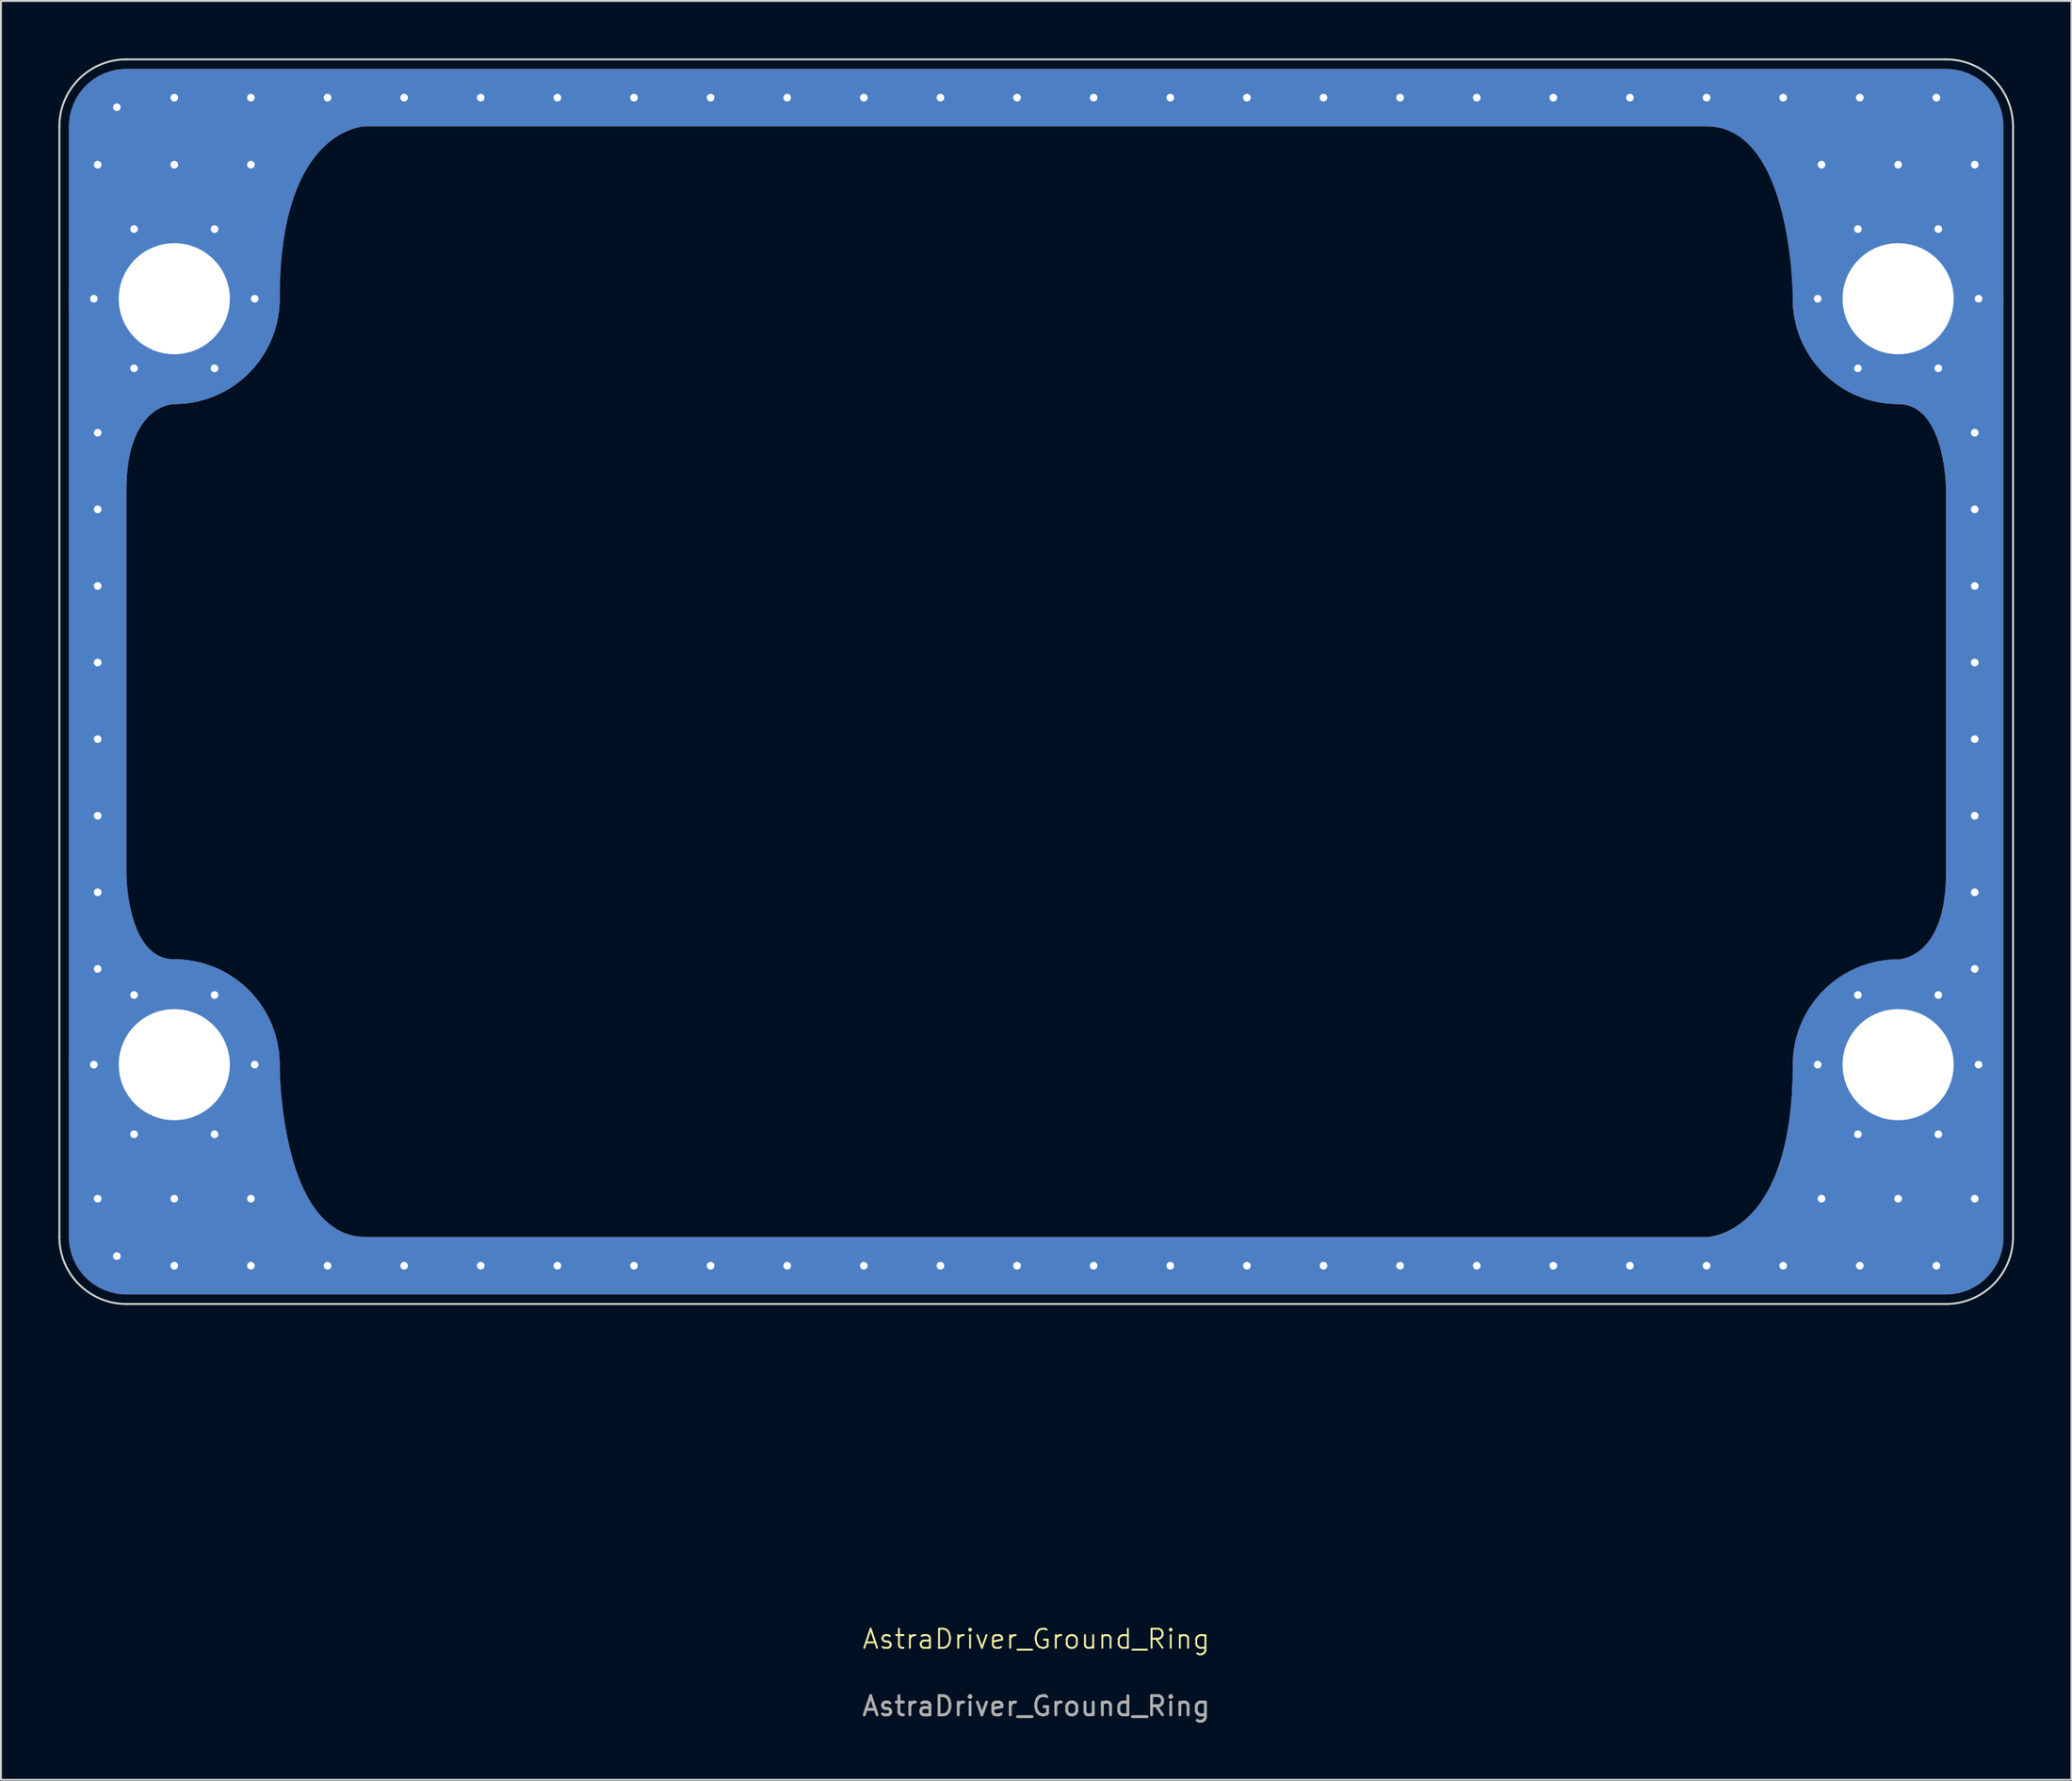
<source format=kicad_pcb>
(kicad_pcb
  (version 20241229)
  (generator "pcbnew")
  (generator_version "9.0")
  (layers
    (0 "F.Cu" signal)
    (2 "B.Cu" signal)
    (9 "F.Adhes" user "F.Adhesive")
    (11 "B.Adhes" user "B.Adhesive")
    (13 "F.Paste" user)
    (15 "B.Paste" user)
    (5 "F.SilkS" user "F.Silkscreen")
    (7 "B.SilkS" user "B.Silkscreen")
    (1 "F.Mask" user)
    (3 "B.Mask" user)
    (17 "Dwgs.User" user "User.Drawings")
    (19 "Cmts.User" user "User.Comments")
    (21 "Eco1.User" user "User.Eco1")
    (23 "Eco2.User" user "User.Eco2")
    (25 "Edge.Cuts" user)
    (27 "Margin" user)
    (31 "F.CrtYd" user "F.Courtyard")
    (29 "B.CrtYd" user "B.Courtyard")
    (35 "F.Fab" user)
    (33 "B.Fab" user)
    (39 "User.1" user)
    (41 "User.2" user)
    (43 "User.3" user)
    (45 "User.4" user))
  (footprint "AstraDriver_Ground_Ring"
    (layer "F.Cu")
    (at 51.05 32.55)
    (property "Reference" "AstraDriver_Ground_Ring" (at 0 50 0) (unlocked yes) (layer "F.SilkS") (effects (font (size 1 1) (thickness 0.1))))
    (attr through_hole)
    (fp_line (start -51 -29) (end -51 29) (stroke (width 0.1) (type default)) (layer "Edge.Cuts"))
    (fp_line (start -47.5 32.5) (end 47.5 32.5) (stroke (width 0.1) (type default)) (layer "Edge.Cuts"))
    (fp_line (start 47.5 -32.5) (end -47.5 -32.5) (stroke (width 0.1) (type default)) (layer "Edge.Cuts"))
    (fp_line (start 51 29) (end 51 -29) (stroke (width 0.1) (type default)) (layer "Edge.Cuts"))
    (fp_arc (start -51 -29.000001) (mid -49.974873 -31.474875) (end -47.500002 -32.5) (stroke (width 0.1) (type default)) (layer "Edge.Cuts"))
    (fp_arc (start -47.499999 32.5) (mid -49.97487 31.474877) (end -51 29) (stroke (width 0.1) (type default)) (layer "Edge.Cuts"))
    (fp_arc (start 47.5 -32.5) (mid 49.974874 -31.474874) (end 51 -29) (stroke (width 0.1) (type default)) (layer "Edge.Cuts"))
    (fp_arc (start 51 29) (mid 49.974875 31.474873) (end 47.5 32.5) (stroke (width 0.1) (type default)) (layer "Edge.Cuts"))
    (fp_line (start -50.5 -29) (end -50.5 29) (stroke (width 0.1) (type default)) (layer "User.2"))
    (fp_line (start -47.5 10) (end -47.5 -10) (stroke (width 0.1) (type default)) (layer "User.2"))
    (fp_line (start -47.5 32) (end 0 32) (stroke (width 0.1) (type default)) (layer "User.2"))
    (fp_line (start -35 -29) (end 0 -29) (stroke (width 0.1) (type default)) (layer "User.2"))
    (fp_line (start -0.000001 -32) (end -0.000001 -29) (stroke (width 0.1) (type default)) (layer "User.2"))
    (fp_line (start -0.000001 -32) (end -0.000001 -29) (stroke (width 0.1) (type default)) (layer "User.2"))
    (fp_line (start 0 -32) (end -47.5 -32) (stroke (width 0.1) (type default)) (layer "User.2"))
    (fp_line (start 0 -29) (end 35 -29) (stroke (width 0.1) (type default)) (layer "User.2"))
    (fp_line (start 0 29) (end -35 29) (stroke (width 0.1) (type default)) (layer "User.2"))
    (fp_line (start 0.000001 29) (end 0.000001 32) (stroke (width 0.1) (type default)) (layer "User.2"))
    (fp_line (start 0.000001 29) (end 0.000001 32) (stroke (width 0.1) (type default)) (layer "User.2"))
    (fp_line (start 0.000001 32) (end 47.5 32) (stroke (width 0.1) (type default)) (layer "User.2"))
    (fp_line (start 35 29) (end 0 29) (stroke (width 0.1) (type default)) (layer "User.2"))
    (fp_line (start 47.5 -32) (end -0.000001 -32) (stroke (width 0.1) (type default)) (layer "User.2"))
    (fp_line (start 47.5 -10) (end 47.5 10) (stroke (width 0.1) (type default)) (layer "User.2"))
    (fp_line (start 50.5 29) (end 50.5 -29) (stroke (width 0.1) (type default)) (layer "User.2"))
    (fp_arc (start -50.5 -29.000001) (mid -49.62132 -31.121321) (end -47.499999 -32) (stroke (width 0.1) (type default)) (layer "User.2"))
    (fp_arc (start -47.499999 32) (mid -49.621321 31.121319) (end -50.5 28.999999) (stroke (width 0.1) (type default)) (layer "User.2"))
    (fp_arc (start -45 14.5) (mid -41.110913 16.110913) (end -39.5 20) (stroke (width 0.1) (type default)) (layer "User.2"))
    (fp_arc (start -39.5 -20) (mid -41.110913 -16.110913) (end -45 -14.5) (stroke (width 0.1) (type default)) (layer "User.2"))
    (fp_arc (start 39.5 20) (mid 41.110913 16.110913) (end 45 14.5) (stroke (width 0.1) (type default)) (layer "User.2"))
    (fp_arc (start 45 -14.5) (mid 41.110913 -16.110913) (end 39.5 -20) (stroke (width 0.1) (type default)) (layer "User.2"))
    (fp_arc (start 47.5 -32) (mid 49.62132 -31.12132) (end 50.5 -29) (stroke (width 0.1) (type default)) (layer "User.2"))
    (fp_arc (start 50.5 29) (mid 49.62132 31.12132) (end 47.5 32) (stroke (width 0.1) (type default)) (layer "User.2"))
    (fp_circle (center -49.2 -20) (end -48.7 -20) (stroke (width 0.1) (type default)) (fill no) (layer "User.2"))
    (fp_circle (center -49.2 20) (end -48.7 20) (stroke (width 0.1) (type default)) (fill no) (layer "User.2"))
    (fp_circle (center -47.1 -23.637) (end -46.6 -23.637) (stroke (width 0.1) (type default)) (fill no) (layer "User.2"))
    (fp_circle (center -47.1 -16.363) (end -46.6 -16.363) (stroke (width 0.1) (type default)) (fill no) (layer "User.2"))
    (fp_circle (center -47.1 16.363) (end -46.6 16.363) (stroke (width 0.1) (type default)) (fill no) (layer "User.2"))
    (fp_circle (center -47.1 23.637) (end -46.6 23.637) (stroke (width 0.1) (type default)) (fill no) (layer "User.2"))
    (fp_circle (center -45 -20) (end -42.1 -20) (stroke (width 0.1) (type default)) (fill no) (layer "User.2"))
    (fp_circle (center -45 20) (end -42.1 20) (stroke (width 0.1) (type default)) (fill no) (layer "User.2"))
    (fp_circle (center -42.9 -23.637) (end -42.4 -23.637) (stroke (width 0.1) (type default)) (fill no) (layer "User.2"))
    (fp_circle (center -42.9 -16.363) (end -42.4 -16.363) (stroke (width 0.1) (type default)) (fill no) (layer "User.2"))
    (fp_circle (center -42.9 16.363) (end -42.4 16.363) (stroke (width 0.1) (type default)) (fill no) (layer "User.2"))
    (fp_circle (center -42.9 23.637) (end -42.4 23.637) (stroke (width 0.1) (type default)) (fill no) (layer "User.2"))
    (fp_circle (center -40.8 -20) (end -40.3 -20) (stroke (width 0.1) (type default)) (fill no) (layer "User.2"))
    (fp_circle (center -40.8 20) (end -40.3 20) (stroke (width 0.1) (type default)) (fill no) (layer "User.2"))
    (fp_circle (center 40.8 -20) (end 41.3 -20) (stroke (width 0.1) (type default)) (fill no) (layer "User.2"))
    (fp_circle (center 40.8 20) (end 41.3 20) (stroke (width 0.1) (type default)) (fill no) (layer "User.2"))
    (fp_circle (center 42.9 -23.637) (end 43.4 -23.637) (stroke (width 0.1) (type default)) (fill no) (layer "User.2"))
    (fp_circle (center 42.9 -16.363) (end 43.4 -16.363) (stroke (width 0.1) (type default)) (fill no) (layer "User.2"))
    (fp_circle (center 42.9 16.363) (end 43.4 16.363) (stroke (width 0.1) (type default)) (fill no) (layer "User.2"))
    (fp_circle (center 42.9 23.637) (end 43.4 23.637) (stroke (width 0.1) (type default)) (fill no) (layer "User.2"))
    (fp_circle (center 45 -20) (end 47.9 -20) (stroke (width 0.1) (type default)) (fill no) (layer "User.2"))
    (fp_circle (center 45 20) (end 47.9 20) (stroke (width 0.1) (type default)) (fill no) (layer "User.2"))
    (fp_circle (center 47.1 -23.637) (end 47.6 -23.637) (stroke (width 0.1) (type default)) (fill no) (layer "User.2"))
    (fp_circle (center 47.1 -16.363) (end 47.6 -16.363) (stroke (width 0.1) (type default)) (fill no) (layer "User.2"))
    (fp_circle (center 47.1 16.363) (end 47.6 16.363) (stroke (width 0.1) (type default)) (fill no) (layer "User.2"))
    (fp_circle (center 47.1 23.637) (end 47.6 23.637) (stroke (width 0.1) (type default)) (fill no) (layer "User.2"))
    (fp_circle (center 49.2 -20) (end 49.7 -20) (stroke (width 0.1) (type default)) (fill no) (layer "User.2"))
    (fp_circle (center 49.2 20) (end 49.7 20) (stroke (width 0.1) (type default)) (fill no) (layer "User.2"))
    (fp_curve (pts (xy -47.5 -10) (xy -47.5 -14.5) (xy -45 -14.5) (xy -45 -14.5)) (stroke (width 0.1) (type default)) (layer "User.2"))
    (fp_curve (pts (xy -45 14.5) (xy -47.5 14.5) (xy -47.5 10) (xy -47.5 10)) (stroke (width 0.1) (type default)) (layer "User.2"))
    (fp_curve (pts (xy -39.5 -20) (xy -39.5 -29) (xy -35 -29) (xy -35 -29)) (stroke (width 0.1) (type default)) (layer "User.2"))
    (fp_curve (pts (xy -35 29) (xy -39.5 29) (xy -39.5 20) (xy -39.5 20)) (stroke (width 0.1) (type default)) (layer "User.2"))
    (fp_curve (pts (xy 35 -29) (xy 39.5 -29) (xy 39.5 -20) (xy 39.5 -20)) (stroke (width 0.1) (type default)) (layer "User.2"))
    (fp_curve (pts (xy 39.5 20) (xy 39.5 29) (xy 35 29) (xy 35 29)) (stroke (width 0.1) (type default)) (layer "User.2"))
    (fp_curve (pts (xy 45 -14.5) (xy 47.5 -14.5) (xy 47.5 -10) (xy 47.5 -10)) (stroke (width 0.1) (type default)) (layer "User.2"))
    (fp_curve (pts (xy 47.5 10) (xy 47.5 14.5) (xy 45 14.5) (xy 45 14.5)) (stroke (width 0.1) (type default)) (layer "User.2"))
    (fp_text user "${REFERENCE}" (at 0 53.5 0) (unlocked yes) (layer "F.Fab") (effects (font (size 1 1) (thickness 0.15))))
    (pad "1" thru_hole circle (at -49.2 -20) (size 0.8 0.8) (drill 0.4) (layers "*.Cu" "*.Mask"))
    (pad "1" thru_hole circle (at -49.2 20) (size 0.8 0.8) (drill 0.4) (layers "*.Cu" "*.Mask"))
    (pad "1" thru_hole circle (at -49 -27) (size 0.8 0.8) (drill 0.4) (layers "*.Cu" "*.Mask"))
    (pad "1" thru_hole circle (at -49 -13) (size 0.8 0.8) (drill 0.4) (layers "*.Cu" "*.Mask"))
    (pad "1" thru_hole circle (at -49 -9) (size 0.8 0.8) (drill 0.4) (layers "*.Cu" "*.Mask"))
    (pad "1" thru_hole circle (at -49 -5) (size 0.8 0.8) (drill 0.4) (layers "*.Cu" "*.Mask"))
    (pad "1" thru_hole circle (at -49 -1) (size 0.8 0.8) (drill 0.4) (layers "*.Cu" "*.Mask"))
    (pad "1" thru_hole circle (at -49 3) (size 0.8 0.8) (drill 0.4) (layers "*.Cu" "*.Mask"))
    (pad "1" thru_hole circle (at -49 7) (size 0.8 0.8) (drill 0.4) (layers "*.Cu" "*.Mask"))
    (pad "1" thru_hole circle (at -49 11) (size 0.8 0.8) (drill 0.4) (layers "*.Cu" "*.Mask"))
    (pad "1" thru_hole circle (at -49 15) (size 0.8 0.8) (drill 0.4) (layers "*.Cu" "*.Mask"))
    (pad "1" thru_hole circle (at -49 27) (size 0.8 0.8) (drill 0.4) (layers "*.Cu" "*.Mask"))
    (pad "1" thru_hole circle (at -48 -30) (size 0.8 0.8) (drill 0.4) (layers "*.Cu" "*.Mask"))
    (pad "1" thru_hole circle (at -48 30) (size 0.8 0.8) (drill 0.4) (layers "*.Cu" "*.Mask"))
    (pad "1" thru_hole circle (at -47.1 -23.637) (size 0.8 0.8) (drill 0.4) (layers "*.Cu" "*.Mask"))
    (pad "1" thru_hole circle (at -47.1 -16.363) (size 0.8 0.8) (drill 0.4) (layers "*.Cu" "*.Mask"))
    (pad "1" thru_hole circle (at -47.1 16.363) (size 0.8 0.8) (drill 0.4) (layers "*.Cu" "*.Mask"))
    (pad "1" thru_hole circle (at -47.1 23.637) (size 0.8 0.8) (drill 0.4) (layers "*.Cu" "*.Mask"))
    (pad "1" thru_hole circle (at -45 -30.5) (size 0.8 0.8) (drill 0.4) (layers "*.Cu" "*.Mask"))
    (pad "1" thru_hole circle (at -45 -27) (size 0.8 0.8) (drill 0.4) (layers "*.Cu" "*.Mask"))
    (pad "1" thru_hole circle (at -45 -20) (size 11 11) (drill 5.8) (layers "*.Cu" "*.Mask"))
    (pad "1" thru_hole circle (at -45 20) (size 11 11) (drill 5.8) (layers "*.Cu" "*.Mask"))
    (pad "1" thru_hole circle (at -45 27) (size 0.8 0.8) (drill 0.4) (layers "*.Cu" "*.Mask"))
    (pad "1" thru_hole circle (at -45 30.5) (size 0.8 0.8) (drill 0.4) (layers "*.Cu" "*.Mask"))
    (pad "1" thru_hole circle (at -42.9 -23.637) (size 0.8 0.8) (drill 0.4) (layers "*.Cu" "*.Mask"))
    (pad "1" thru_hole circle (at -42.9 -16.363) (size 0.8 0.8) (drill 0.4) (layers "*.Cu" "*.Mask"))
    (pad "1" thru_hole circle (at -42.9 16.363) (size 0.8 0.8) (drill 0.4) (layers "*.Cu" "*.Mask"))
    (pad "1" thru_hole circle (at -42.9 23.637) (size 0.8 0.8) (drill 0.4) (layers "*.Cu" "*.Mask"))
    (pad "1" thru_hole circle (at -41 -30.5) (size 0.8 0.8) (drill 0.4) (layers "*.Cu" "*.Mask"))
    (pad "1" thru_hole circle (at -41 -27) (size 0.8 0.8) (drill 0.4) (layers "*.Cu" "*.Mask"))
    (pad "1" thru_hole circle (at -41 27) (size 0.8 0.8) (drill 0.4) (layers "*.Cu" "*.Mask"))
    (pad "1" thru_hole circle (at -41 30.5) (size 0.8 0.8) (drill 0.4) (layers "*.Cu" "*.Mask"))
    (pad "1" thru_hole circle (at -40.8 -20) (size 0.8 0.8) (drill 0.4) (layers "*.Cu" "*.Mask"))
    (pad "1" thru_hole circle (at -40.8 20) (size 0.8 0.8) (drill 0.4) (layers "*.Cu" "*.Mask"))
    (pad "1" thru_hole circle (at -37 -30.5) (size 0.8 0.8) (drill 0.4) (layers "*.Cu" "*.Mask"))
    (pad "1" thru_hole circle (at -37 30.5) (size 0.8 0.8) (drill 0.4) (layers "*.Cu" "*.Mask"))
    (pad "1" thru_hole circle (at -33 -30.5) (size 0.8 0.8) (drill 0.4) (layers "*.Cu" "*.Mask"))
    (pad "1" thru_hole circle (at -33 30.5) (size 0.8 0.8) (drill 0.4) (layers "*.Cu" "*.Mask"))
    (pad "1" thru_hole circle (at -29 -30.5) (size 0.8 0.8) (drill 0.4) (layers "*.Cu" "*.Mask"))
    (pad "1" thru_hole circle (at -29 30.5) (size 0.8 0.8) (drill 0.4) (layers "*.Cu" "*.Mask"))
    (pad "1" thru_hole circle (at -25 -30.5) (size 0.8 0.8) (drill 0.4) (layers "*.Cu" "*.Mask"))
    (pad "1" thru_hole circle (at -25 30.5) (size 0.8 0.8) (drill 0.4) (layers "*.Cu" "*.Mask"))
    (pad "1" thru_hole circle (at -21 -30.5) (size 0.8 0.8) (drill 0.4) (layers "*.Cu" "*.Mask"))
    (pad "1" thru_hole circle (at -21 30.5) (size 0.8 0.8) (drill 0.4) (layers "*.Cu" "*.Mask"))
    (pad "1" thru_hole circle (at -17 -30.5) (size 0.8 0.8) (drill 0.4) (layers "*.Cu" "*.Mask"))
    (pad "1" thru_hole circle (at -17 30.5) (size 0.8 0.8) (drill 0.4) (layers "*.Cu" "*.Mask"))
    (pad "1" thru_hole circle (at -13 -30.5) (size 0.8 0.8) (drill 0.4) (layers "*.Cu" "*.Mask"))
    (pad "1" thru_hole circle (at -13 30.5) (size 0.8 0.8) (drill 0.4) (layers "*.Cu" "*.Mask"))
    (pad "1" thru_hole circle (at -9 -30.5) (size 0.8 0.8) (drill 0.4) (layers "*.Cu" "*.Mask"))
    (pad "1" thru_hole circle (at -9 30.5) (size 0.8 0.8) (drill 0.4) (layers "*.Cu" "*.Mask"))
    (pad "1" thru_hole circle (at -5 -30.5) (size 0.8 0.8) (drill 0.4) (layers "*.Cu" "*.Mask"))
    (pad "1" thru_hole circle (at -5 30.5) (size 0.8 0.8) (drill 0.4) (layers "*.Cu" "*.Mask"))
    (pad "1" thru_hole circle (at -1 -30.5) (size 0.8 0.8) (drill 0.4) (layers "*.Cu" "*.Mask"))
    (pad "1" thru_hole circle (at -1 30.5) (size 0.8 0.8) (drill 0.4) (layers "*.Cu" "*.Mask"))
    (pad "1" thru_hole circle (at 3 -30.5) (size 0.8 0.8) (drill 0.4) (layers "*.Cu" "*.Mask"))
    (pad "1" thru_hole circle (at 3 30.5) (size 0.8 0.8) (drill 0.4) (layers "*.Cu" "*.Mask"))
    (pad "1" thru_hole circle (at 7 -30.5) (size 0.8 0.8) (drill 0.4) (layers "*.Cu" "*.Mask"))
    (pad "1" thru_hole circle (at 7 30.5) (size 0.8 0.8) (drill 0.4) (layers "*.Cu" "*.Mask"))
    (pad "1" thru_hole circle (at 11 -30.5) (size 0.8 0.8) (drill 0.4) (layers "*.Cu" "*.Mask"))
    (pad "1" thru_hole circle (at 11 30.5) (size 0.8 0.8) (drill 0.4) (layers "*.Cu" "*.Mask"))
    (pad "1" thru_hole circle (at 15 -30.5) (size 0.8 0.8) (drill 0.4) (layers "*.Cu" "*.Mask"))
    (pad "1" thru_hole circle (at 15 30.5) (size 0.8 0.8) (drill 0.4) (layers "*.Cu" "*.Mask"))
    (pad "1" thru_hole circle (at 19 -30.5) (size 0.8 0.8) (drill 0.4) (layers "*.Cu" "*.Mask"))
    (pad "1" thru_hole circle (at 19 30.5) (size 0.8 0.8) (drill 0.4) (layers "*.Cu" "*.Mask"))
    (pad "1" thru_hole circle (at 23 -30.5) (size 0.8 0.8) (drill 0.4) (layers "*.Cu" "*.Mask"))
    (pad "1" thru_hole circle (at 23 30.5) (size 0.8 0.8) (drill 0.4) (layers "*.Cu" "*.Mask"))
    (pad "1" thru_hole circle (at 27 -30.5) (size 0.8 0.8) (drill 0.4) (layers "*.Cu" "*.Mask"))
    (pad "1" thru_hole circle (at 27 30.5) (size 0.8 0.8) (drill 0.4) (layers "*.Cu" "*.Mask"))
    (pad "1" thru_hole circle (at 31 -30.5) (size 0.8 0.8) (drill 0.4) (layers "*.Cu" "*.Mask"))
    (pad "1" thru_hole circle (at 31 30.5) (size 0.8 0.8) (drill 0.4) (layers "*.Cu" "*.Mask"))
    (pad "1" thru_hole circle (at 35 -30.5) (size 0.8 0.8) (drill 0.4) (layers "*.Cu" "*.Mask"))
    (pad "1" thru_hole circle (at 35 30.5) (size 0.8 0.8) (drill 0.4) (layers "*.Cu" "*.Mask"))
    (pad "1" thru_hole circle (at 39 -30.5) (size 0.8 0.8) (drill 0.4) (layers "*.Cu" "*.Mask"))
    (pad "1" thru_hole circle (at 39 30.5) (size 0.8 0.8) (drill 0.4) (layers "*.Cu" "*.Mask"))
    (pad "1" thru_hole circle (at 40.8 -20) (size 0.8 0.8) (drill 0.4) (layers "*.Cu" "*.Mask"))
    (pad "1" thru_hole circle (at 40.8 20) (size 0.8 0.8) (drill 0.4) (layers "*.Cu" "*.Mask"))
    (pad "1" thru_hole circle (at 41 -27) (size 0.8 0.8) (drill 0.4) (layers "*.Cu" "*.Mask"))
    (pad "1" thru_hole circle (at 41 27) (size 0.8 0.8) (drill 0.4) (layers "*.Cu" "*.Mask"))
    (pad "1" thru_hole circle (at 42.9 -23.637) (size 0.8 0.8) (drill 0.4) (layers "*.Cu" "*.Mask"))
    (pad "1" thru_hole circle (at 42.9 -16.363) (size 0.8 0.8) (drill 0.4) (layers "*.Cu" "*.Mask"))
    (pad "1" thru_hole circle (at 42.9 16.363) (size 0.8 0.8) (drill 0.4) (layers "*.Cu" "*.Mask"))
    (pad "1" thru_hole circle (at 42.9 23.637) (size 0.8 0.8) (drill 0.4) (layers "*.Cu" "*.Mask"))
    (pad "1" thru_hole circle (at 43 -30.5) (size 0.8 0.8) (drill 0.4) (layers "*.Cu" "*.Mask"))
    (pad "1" thru_hole circle (at 43 30.5) (size 0.8 0.8) (drill 0.4) (layers "*.Cu" "*.Mask"))
    (pad "1" thru_hole circle (at 45 -27) (size 0.8 0.8) (drill 0.4) (layers "*.Cu" "*.Mask"))
    (pad "1" thru_hole circle (at 45 -20) (size 11 11) (drill 5.8) (layers "*.Cu" "*.Mask"))
    (pad "1" thru_hole custom (at 45 20) (size 11 11) (drill 5.8) (layers "*.Cu" "*.Mask") (options (anchor circle)) (primitives (gr_poly (pts (xy -45 -49) (xy -80 -49) (xy -80.193 -48.982) (xy -80.295 -48.966) (xy -80.415 -48.941) (xy -80.552 -48.906) (xy -80.703 -48.859) (xy -80.868 -48.8) (xy -81.044 -48.725) (xy -81.23 -48.634) (xy -81.424 -48.525) (xy -81.625 -48.397) (xy -81.83 -48.246) (xy -82.039 -48.073) (xy -82.25 -47.875) (xy -82.461 -47.651) (xy -82.67 -47.398) (xy -82.875 -47.116) (xy -83.076 -46.803) (xy -83.27 -46.456) (xy -83.456 -46.075) (xy -83.632 -45.658) (xy -83.797 -45.203) (xy -83.948 -44.708) (xy -84.085 -44.173) (xy -84.205 -43.594) (xy -84.307 -42.971) (xy -84.389 -42.301) (xy -84.449 -41.584) (xy -84.487 -40.818) (xy -84.5 -40) (xy -84.503 -39.76) (xy -84.544 -39.282) (xy -84.628 -38.809) (xy -84.752 -38.345) (xy -84.916 -37.894) (xy -85.119 -37.459) (xy -85.359 -37.043) (xy -85.634 -36.65) (xy -85.943 -36.282) (xy -86.282 -35.943) (xy -86.65 -35.634) (xy -87.043 -35.359) (xy -87.459 -35.119) (xy -87.894 -34.916) (xy -88.345 -34.752) (xy -88.809 -34.628) (xy -89.282 -34.544) (xy -89.76 -34.503) (xy -90 -34.5) (xy -90.164 -34.483) (xy -90.307 -34.453) (xy -90.482 -34.4) (xy -90.58 -34.363) (xy -90.683 -34.317) (xy -90.791 -34.263) (xy -90.903 -34.198) (xy -91.017 -34.123) (xy -91.133 -34.037) (xy -91.25 -33.938) (xy -91.367 -33.825) (xy -91.483 -33.699) (xy -91.597 -33.558) (xy -91.709 -33.401) (xy -91.817 -33.228) (xy -91.92 -33.038) (xy -92.018 -32.829) (xy -92.109 -32.602) (xy -92.193 -32.354) (xy -92.269 -32.086) (xy -92.336 -31.797) (xy -92.393 -31.485) (xy -92.438 -31.151) (xy -92.472 -30.792) (xy -92.493 -30.409) (xy -92.5 -30) (xy -92.5 -10) (xy -92.495 -9.807) (xy -92.49 -9.705) (xy -92.484 -9.585) (xy -92.474 -9.448) (xy -92.461 -9.297) (xy -92.444 -9.132) (xy -92.424 -8.956) (xy -92.398 -8.77) (xy -92.368 -8.576) (xy -92.332 -8.375) (xy -92.291 -8.17) (xy -92.243 -7.961) (xy -92.188 -7.75) (xy -92.125 -7.539) (xy -92.055 -7.33) (xy -91.977 -7.125) (xy -91.89 -6.924) (xy -91.793 -6.73) (xy -91.688 -6.544) (xy -91.572 -6.368) (xy -91.445 -6.203) (xy -91.308 -6.052) (xy -91.159 -5.915) (xy -90.998 -5.795) (xy -90.825 -5.693) (xy -90.639 -5.611) (xy -90.44 -5.551) (xy -90.227 -5.513) (xy -90 -5.5) (xy -89.76 -5.497) (xy -89.282 -5.456) (xy -88.809 -5.372) (xy -88.345 -5.248) (xy -87.894 -5.084) (xy -87.459 -4.881) (xy -87.043 -4.641) (xy -86.65 -4.366) (xy -86.282 -4.057) (xy -85.943 -3.718) (xy -85.634 -3.35) (xy -85.359 -2.957) (xy -85.119 -2.541) (xy -84.916 -2.106) (xy -84.752 -1.655) (xy -84.628 -1.191) (xy -84.544 -0.718) (xy -84.503 -0.24) (xy -84.5 0) (xy -84.496 0.222) (xy -84.491 0.387) (xy -84.483 0.591) (xy -84.47 0.831) (xy -84.453 1.104) (xy -84.43 1.406) (xy -84.4 1.735) (xy -84.363 2.087) (xy -84.317 2.459) (xy -84.263 2.848) (xy -84.198 3.249) (xy -84.123 3.661) (xy -84.037 4.079) (xy -83.938 4.5) (xy -83.825 4.921) (xy -83.699 5.339) (xy -83.558 5.751) (xy -83.401 6.152) (xy -83.228 6.541) (xy -83.038 6.913) (xy -82.829 7.265) (xy -82.602 7.594) (xy -82.354 7.896) (xy -82.086 8.169) (xy -81.797 8.409) (xy -81.485 8.613) (xy -81.151 8.778) (xy -80.792 8.899) (xy -80.409 8.974) (xy -80 9) (xy -45 9) (xy -10 9) (xy -9.807 8.982) (xy -9.705 8.966) (xy -9.585 8.941) (xy -9.448 8.906) (xy -9.297 8.859) (xy -9.132 8.8) (xy -8.956 8.725) (xy -8.77 8.634) (xy -8.576 8.525) (xy -8.375 8.397) (xy -8.17 8.246) (xy -7.961 8.073) (xy -7.75 7.875) (xy -7.539 7.651) (xy -7.33 7.398) (xy -7.125 7.116) (xy -6.924 6.803) (xy -6.73 6.456) (xy -6.544 6.075) (xy -6.368 5.658) (xy -6.203 5.203) (xy -6.052 4.708) (xy -5.915 4.173) (xy -5.795 3.594) (xy -5.693 2.971) (xy -5.611 2.301) (xy -5.551 1.584) (xy -5.513 0.818) (arc (start -5.5 0) (mid -3.889087 -3.889087) (end 0 -5.5)) (xy 0.164 -5.517) (xy 0.307 -5.547) (xy 0.482 -5.6) (xy 0.58 -5.637) (xy 0.683 -5.683) (xy 0.791 -5.737) (xy 0.903 -5.802) (xy 1.017 -5.877) (xy 1.133 -5.963) (xy 1.25 -6.062) (xy 1.367 -6.175) (xy 1.483 -6.301) (xy 1.597 -6.442) (xy 1.709 -6.599) (xy 1.817 -6.772) (xy 1.92 -6.962) (xy 2.018 -7.171) (xy 2.109 -7.398) (xy 2.193 -7.646) (xy 2.269 -7.914) (xy 2.336 -8.203) (xy 2.393 -8.515) (xy 2.438 -8.849) (xy 2.472 -9.208) (xy 2.493 -9.591) (xy 2.5 -10) (xy 2.5 -30) (xy 2.495 -30.193) (xy 2.49 -30.295) (xy 2.484 -30.415) (xy 2.474 -30.552) (xy 2.461 -30.703) (xy 2.444 -30.868) (xy 2.424 -31.044) (xy 2.398 -31.23) (xy 2.368 -31.424) (xy 2.332 -31.625) (xy 2.291 -31.83) (xy 2.243 -32.039) (xy 2.188 -32.25) (xy 2.125 -32.461) (xy 2.055 -32.67) (xy 1.977 -32.875) (xy 1.89 -33.076) (xy 1.793 -33.27) (xy 1.688 -33.456) (xy 1.572 -33.632) (xy 1.445 -33.797) (xy 1.308 -33.948) (xy 1.159 -34.085) (xy 0.998 -34.205) (xy 0.825 -34.307) (xy 0.639 -34.389) (xy 0.44 -34.449) (xy 0.227 -34.487) (arc (start 0 -34.5) (mid -3.889087 -36.110913) (end -5.5 -40)) (xy -5.504 -40.222) (xy -5.509 -40.387) (xy -5.517 -40.591) (xy -5.53 -40.831) (xy -5.547 -41.104) (xy -5.57 -41.406) (xy -5.6 -41.735) (xy -5.637 -42.087) (xy -5.683 -42.459) (xy -5.737 -42.848) (xy -5.802 -43.249) (xy -5.877 -43.661) (xy -5.963 -44.079) (xy -6.062 -44.5) (xy -6.175 -44.921) (xy -6.301 -45.339) (xy -6.442 -45.751) (xy -6.599 -46.152) (xy -6.772 -46.541) (xy -6.962 -46.913) (xy -7.171 -47.265) (xy -7.398 -47.594) (xy -7.646 -47.896) (xy -7.914 -48.169) (xy -8.203 -48.409) (xy -8.515 -48.613) (xy -8.849 -48.778) (xy -9.208 -48.899) (xy -9.591 -48.974) (xy -10 -49) (xy -45 -49) (xy -45 -52) (arc (start 2.5 -52) (mid 4.62132 -51.12132) (end 5.5 -49)) (arc (start 5.5 9) (mid 4.62132 11.12132) (end 2.5 12)) (xy -45 12) (xy -92.5 12) (xy -92.668 11.998) (xy -93.003 11.96) (xy -93.331 11.885) (xy -93.649 11.774) (xy -93.952 11.628) (xy -94.237 11.449) (xy -94.501 11.239) (xy -94.739 11.001) (xy -94.949 10.737) (xy -95.128 10.452) (xy -95.274 10.149) (xy -95.385 9.831) (xy -95.46 9.503) (xy -95.498 9.168) (xy -95.5 9) (xy -95.5 -49) (xy -95.498 -49.168) (xy -95.46 -49.503) (xy -95.385 -49.831) (xy -95.274 -50.149) (xy -95.128 -50.452) (xy -94.949 -50.737) (xy -94.739 -51.001) (xy -94.501 -51.239) (xy -94.237 -51.449) (xy -93.952 -51.628) (xy -93.649 -51.774) (xy -93.331 -51.885) (xy -93.003 -51.96) (xy -92.668 -51.998) (xy -92.5 -52) (xy -45 -52)) (width 0) (fill yes))))
    (pad "1" thru_hole circle (at 45 27) (size 0.8 0.8) (drill 0.4) (layers "*.Cu" "*.Mask"))
    (pad "1" thru_hole circle (at 47 -30.5) (size 0.8 0.8) (drill 0.4) (layers "*.Cu" "*.Mask"))
    (pad "1" thru_hole circle (at 47 30.5) (size 0.8 0.8) (drill 0.4) (layers "*.Cu" "*.Mask"))
    (pad "1" thru_hole circle (at 47.1 -23.637) (size 0.8 0.8) (drill 0.4) (layers "*.Cu" "*.Mask"))
    (pad "1" thru_hole circle (at 47.1 -16.363) (size 0.8 0.8) (drill 0.4) (layers "*.Cu" "*.Mask"))
    (pad "1" thru_hole circle (at 47.1 16.363) (size 0.8 0.8) (drill 0.4) (layers "*.Cu" "*.Mask"))
    (pad "1" thru_hole circle (at 47.1 23.637) (size 0.8 0.8) (drill 0.4) (layers "*.Cu" "*.Mask"))
    (pad "1" thru_hole circle (at 49 -27) (size 0.8 0.8) (drill 0.4) (layers "*.Cu" "*.Mask"))
    (pad "1" thru_hole circle (at 49 -13) (size 0.8 0.8) (drill 0.4) (layers "*.Cu" "*.Mask"))
    (pad "1" thru_hole circle (at 49 -9) (size 0.8 0.8) (drill 0.4) (layers "*.Cu" "*.Mask"))
    (pad "1" thru_hole circle (at 49 -5) (size 0.8 0.8) (drill 0.4) (layers "*.Cu" "*.Mask"))
    (pad "1" thru_hole circle (at 49 -1) (size 0.8 0.8) (drill 0.4) (layers "*.Cu" "*.Mask"))
    (pad "1" thru_hole circle (at 49 3) (size 0.8 0.8) (drill 0.4) (layers "*.Cu" "*.Mask"))
    (pad "1" thru_hole circle (at 49 7) (size 0.8 0.8) (drill 0.4) (layers "*.Cu" "*.Mask"))
    (pad "1" thru_hole circle (at 49 11) (size 0.8 0.8) (drill 0.4) (layers "*.Cu" "*.Mask"))
    (pad "1" thru_hole circle (at 49 15) (size 0.8 0.8) (drill 0.4) (layers "*.Cu" "*.Mask"))
    (pad "1" thru_hole circle (at 49 27) (size 0.8 0.8) (drill 0.4) (layers "*.Cu" "*.Mask"))
    (pad "1" thru_hole circle (at 49.2 -20) (size 0.8 0.8) (drill 0.4) (layers "*.Cu" "*.Mask"))
    (pad "1" thru_hole circle (at 49.2 20) (size 0.8 0.8) (drill 0.4) (layers "*.Cu" "*.Mask")))
  (gr_rect
    (start -3 -3)
    (end 105.1 89.898)
    (stroke (width 0.1) (type default))
    (fill no)
    (layer "Edge.Cuts")))
</source>
